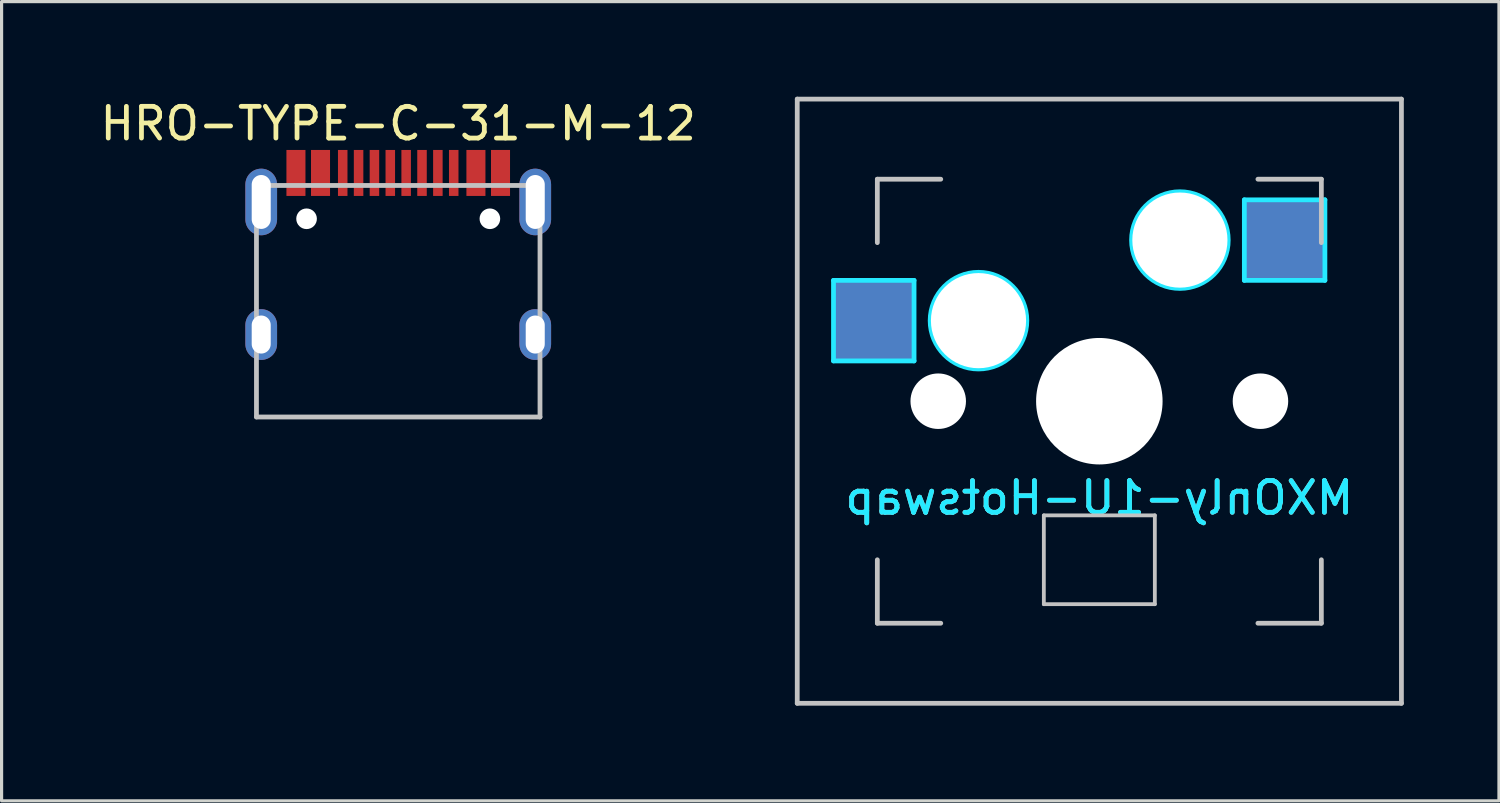
<source format=kicad_pcb>
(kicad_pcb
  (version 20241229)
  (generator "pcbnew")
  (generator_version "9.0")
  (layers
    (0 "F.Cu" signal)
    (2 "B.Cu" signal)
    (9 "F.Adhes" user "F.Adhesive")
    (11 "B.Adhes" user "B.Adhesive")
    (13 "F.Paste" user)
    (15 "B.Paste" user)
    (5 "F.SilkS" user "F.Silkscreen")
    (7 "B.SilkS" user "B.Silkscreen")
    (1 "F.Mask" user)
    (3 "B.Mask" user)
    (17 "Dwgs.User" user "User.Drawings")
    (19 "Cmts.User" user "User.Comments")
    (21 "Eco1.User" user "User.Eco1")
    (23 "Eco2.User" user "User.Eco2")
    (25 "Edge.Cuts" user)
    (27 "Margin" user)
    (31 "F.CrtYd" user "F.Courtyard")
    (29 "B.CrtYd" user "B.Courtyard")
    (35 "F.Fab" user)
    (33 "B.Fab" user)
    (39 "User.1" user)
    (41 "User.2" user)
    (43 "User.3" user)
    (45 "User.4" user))
  (footprint "MXOnly-1U-Hotswap"
    (layer "F.Cu")
    (at 31.612 9.6)
    (property "Reference" "MXOnly-1U-Hotswap" (at 0 3.048 0) (layer "B.CrtYd") (effects (font (size 1 1) (thickness 0.15)) (justify mirror)))
    (attr smd)
    (fp_line (start -9.525 -9.525) (end 9.525 -9.525) (stroke (width 0.15) (type solid)) (layer "Dwgs.User"))
    (fp_line (start -9.525 9.525) (end -9.525 -9.525) (stroke (width 0.15) (type solid)) (layer "Dwgs.User"))
    (fp_line (start -7 -7) (end -7 -5) (stroke (width 0.15) (type solid)) (layer "Dwgs.User"))
    (fp_line (start -7 5) (end -7 7) (stroke (width 0.15) (type solid)) (layer "Dwgs.User"))
    (fp_line (start -7 7) (end -5 7) (stroke (width 0.15) (type solid)) (layer "Dwgs.User"))
    (fp_line (start -5 -7) (end -7 -7) (stroke (width 0.15) (type solid)) (layer "Dwgs.User"))
    (fp_line (start -1.75 3.6) (end -1.75 6.4) (stroke (width 0.12) (type solid)) (layer "Dwgs.User"))
    (fp_line (start -1.75 3.6) (end 1.75 3.6) (stroke (width 0.12) (type solid)) (layer "Dwgs.User"))
    (fp_line (start -1.75 6.4) (end 1.75 6.4) (stroke (width 0.12) (type solid)) (layer "Dwgs.User"))
    (fp_line (start 1.75 6.4) (end 1.75 3.6) (stroke (width 0.12) (type solid)) (layer "Dwgs.User"))
    (fp_line (start 5 -7) (end 7 -7) (stroke (width 0.15) (type solid)) (layer "Dwgs.User"))
    (fp_line (start 5 7) (end 7 7) (stroke (width 0.15) (type solid)) (layer "Dwgs.User"))
    (fp_line (start 7 -7) (end 7 -5) (stroke (width 0.15) (type solid)) (layer "Dwgs.User"))
    (fp_line (start 7 7) (end 7 5) (stroke (width 0.15) (type solid)) (layer "Dwgs.User"))
    (fp_line (start 9.525 -9.525) (end 9.525 9.525) (stroke (width 0.15) (type solid)) (layer "Dwgs.User"))
    (fp_line (start 9.525 9.525) (end -9.525 9.525) (stroke (width 0.15) (type solid)) (layer "Dwgs.User"))
    (fp_line (start -8.382 -3.81) (end -8.382 -1.27) (stroke (width 0.15) (type solid)) (layer "B.CrtYd"))
    (fp_line (start -8.382 -1.27) (end -5.842 -1.27) (stroke (width 0.15) (type solid)) (layer "B.CrtYd"))
    (fp_line (start -5.842 -3.81) (end -8.382 -3.81) (stroke (width 0.15) (type solid)) (layer "B.CrtYd"))
    (fp_line (start -5.842 -1.27) (end -5.842 -3.81) (stroke (width 0.15) (type solid)) (layer "B.CrtYd"))
    (fp_line (start 4.572 -6.35) (end 7.112 -6.35) (stroke (width 0.15) (type solid)) (layer "B.CrtYd"))
    (fp_line (start 4.572 -3.81) (end 4.572 -6.35) (stroke (width 0.15) (type solid)) (layer "B.CrtYd"))
    (fp_line (start 7.112 -6.35) (end 7.112 -3.81) (stroke (width 0.15) (type solid)) (layer "B.CrtYd"))
    (fp_line (start 7.112 -3.81) (end 4.572 -3.81) (stroke (width 0.15) (type solid)) (layer "B.CrtYd"))
    (fp_circle (center -3.81 -2.54) (end -3.81 -4.064) (stroke (width 0.15) (type solid)) (fill no) (layer "B.CrtYd"))
    (fp_circle (center 2.54 -5.08) (end 2.54 -6.604) (stroke (width 0.15) (type solid)) (fill no) (layer "B.CrtYd"))
    (fp_text user "${REFERENCE}" (at 0 3.048 0) (layer "B.SilkS") (effects (font (size 1 1) (thickness 0.15)) (justify mirror)))
    (pad "" np_thru_hole circle (at -5.08 0 48.1) (size 1.75 1.75) (drill 1.75) (layers "*.Cu" "*.Mask"))
    (pad "" np_thru_hole circle (at -3.81 -2.54) (size 3 3) (drill 3) (layers "*.Cu" "*.Mask"))
    (pad "" np_thru_hole circle (at 0 0) (size 3.988 3.988) (drill 3.988) (layers "*.Cu" "*.Mask"))
    (pad "" np_thru_hole circle (at 2.54 -5.08) (size 3 3) (drill 3) (layers "*.Cu" "*.Mask"))
    (pad "" np_thru_hole circle (at 5.08 0 48.1) (size 1.75 1.75) (drill 1.75) (layers "*.Cu" "*.Mask"))
    (pad "1" smd rect (at -7.085 -2.54) (size 2.55 2.5) (layers "B.Cu" "B.Mask" "B.Paste"))
    (pad "2" smd rect (at 5.842 -5.08) (size 2.55 2.5) (layers "B.Cu" "B.Mask" "B.Paste")))
  (footprint "HRO-TYPE-C-31-M-12"
    (layer "F.Cu")
    (at 9.506 10.098)
    (property "Reference" "HRO-TYPE-C-31-M-12" (at 0 -9.25 0) (layer "F.SilkS") (effects (font (size 1 1) (thickness 0.15))))
    (attr smd)
    (fp_line (start -4.47 -7.3) (end 4.47 -7.3) (stroke (width 0.15) (type solid)) (layer "Dwgs.User"))
    (fp_line (start -4.47 0) (end -4.47 -7.3) (stroke (width 0.15) (type solid)) (layer "Dwgs.User"))
    (fp_line (start -4.47 0) (end 4.47 0) (stroke (width 0.15) (type solid)) (layer "Dwgs.User"))
    (fp_line (start 4.47 0) (end 4.47 -7.3) (stroke (width 0.15) (type solid)) (layer "Dwgs.User"))
    (pad "" np_thru_hole circle (at -2.89 -6.25) (size 0.65 0.65) (drill 0.65) (layers "*.Cu" "*.Mask"))
    (pad "" np_thru_hole circle (at 2.89 -6.25) (size 0.65 0.65) (drill 0.65) (layers "*.Cu" "*.Mask"))
    (pad "1" smd rect (at -3.225 -7.695) (size 0.6 1.45) (layers "F.Cu" "F.Mask" "F.Paste"))
    (pad "2" smd rect (at -2.45 -7.695) (size 0.6 1.45) (layers "F.Cu" "F.Mask" "F.Paste"))
    (pad "3" smd rect (at -1.75 -7.695) (size 0.3 1.45) (layers "F.Cu" "F.Mask" "F.Paste"))
    (pad "4" smd rect (at -1.25 -7.695) (size 0.3 1.45) (layers "F.Cu" "F.Mask" "F.Paste"))
    (pad "5" smd rect (at -0.75 -7.695) (size 0.3 1.45) (layers "F.Cu" "F.Mask" "F.Paste"))
    (pad "6" smd rect (at -0.25 -7.695) (size 0.3 1.45) (layers "F.Cu" "F.Mask" "F.Paste"))
    (pad "7" smd rect (at 0.25 -7.695) (size 0.3 1.45) (layers "F.Cu" "F.Mask" "F.Paste"))
    (pad "8" smd rect (at 0.75 -7.695) (size 0.3 1.45) (layers "F.Cu" "F.Mask" "F.Paste"))
    (pad "9" smd rect (at 1.25 -7.695) (size 0.3 1.45) (layers "F.Cu" "F.Mask" "F.Paste"))
    (pad "10" smd rect (at 1.75 -7.695) (size 0.3 1.45) (layers "F.Cu" "F.Mask" "F.Paste"))
    (pad "11" smd rect (at 2.45 -7.695) (size 0.6 1.45) (layers "F.Cu" "F.Mask" "F.Paste"))
    (pad "12" smd rect (at 3.225 -7.695) (size 0.6 1.45) (layers "F.Cu" "F.Mask" "F.Paste"))
    (pad "13" thru_hole oval (at -4.32 -6.78) (size 1 2.1) (drill oval 0.6 1.7) (layers "*.Cu" "B.Mask"))
    (pad "13" thru_hole oval (at -4.32 -2.6) (size 1 1.6) (drill oval 0.6 1.2) (layers "*.Cu" "B.Mask"))
    (pad "13" thru_hole oval (at 4.32 -6.78) (size 1 2.1) (drill oval 0.6 1.7) (layers "*.Cu" "B.Mask"))
    (pad "13" thru_hole oval (at 4.32 -2.6) (size 1 1.6) (drill oval 0.6 1.2) (layers "*.Cu" "B.Mask")))
  (gr_rect
    (start -3 -3)
    (end 44.212 22.2)
    (stroke (width 0.1) (type default))
    (fill no)
    (layer "Edge.Cuts")))
</source>
